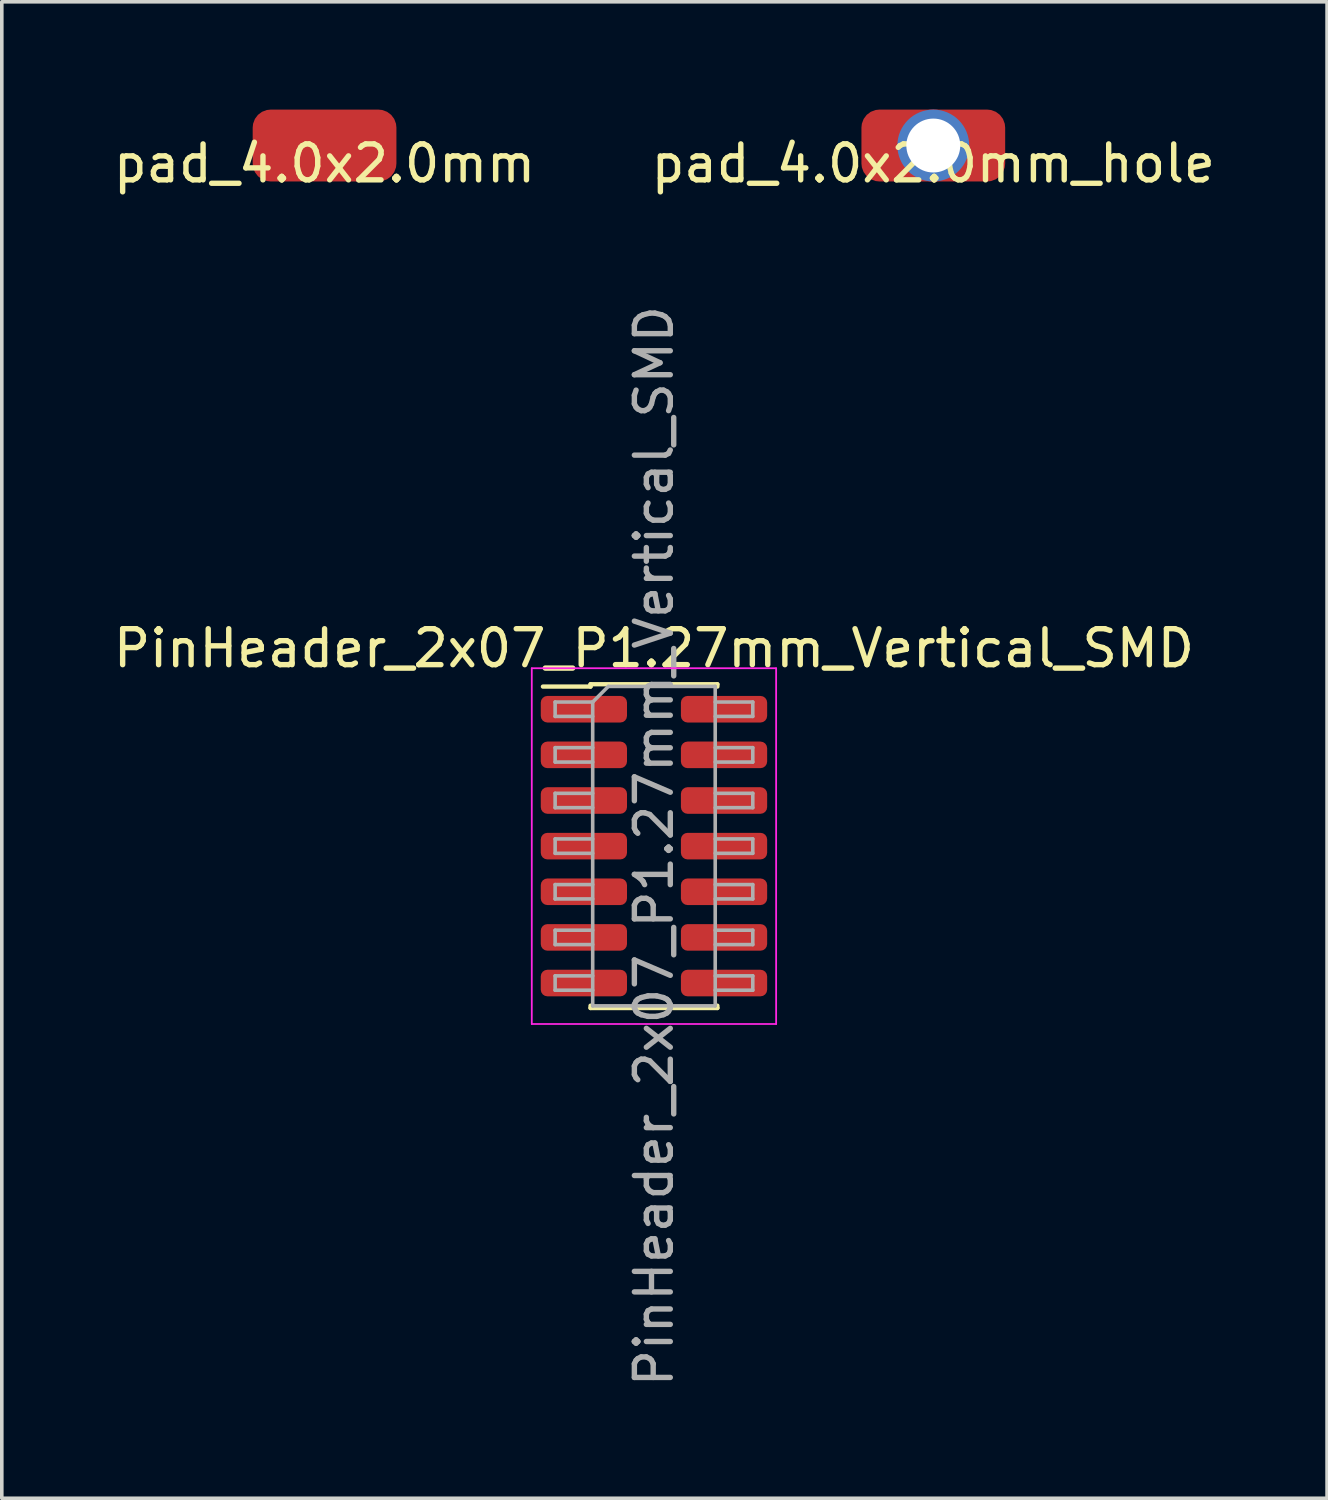
<source format=kicad_pcb>
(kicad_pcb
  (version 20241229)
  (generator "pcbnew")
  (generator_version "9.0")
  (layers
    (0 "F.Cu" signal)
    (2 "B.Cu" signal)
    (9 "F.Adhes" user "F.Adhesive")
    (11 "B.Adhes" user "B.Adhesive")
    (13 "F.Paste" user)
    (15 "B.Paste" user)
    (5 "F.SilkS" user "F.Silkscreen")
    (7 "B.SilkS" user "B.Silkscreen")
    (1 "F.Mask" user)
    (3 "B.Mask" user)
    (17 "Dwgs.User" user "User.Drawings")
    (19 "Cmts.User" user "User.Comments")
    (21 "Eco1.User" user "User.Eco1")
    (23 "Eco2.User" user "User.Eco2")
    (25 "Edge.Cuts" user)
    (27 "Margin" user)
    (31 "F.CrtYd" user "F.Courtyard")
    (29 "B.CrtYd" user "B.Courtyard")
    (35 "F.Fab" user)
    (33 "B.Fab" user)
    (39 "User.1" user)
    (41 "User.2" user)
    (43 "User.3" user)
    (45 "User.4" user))
  (footprint "pad_4.0x2.0mm_hole"
    (layer "F.Cu")
    (at 22.923 1)
    (property "Reference" "pad_4.0x2.0mm_hole" (at 0 0.5 0) (layer "F.SilkS") (effects (font (size 1 1) (thickness 0.15))))
    (attr exclude_from_pos_files exclude_from_bom)
    (pad "1" thru_hole circle (at 0 0) (size 2 2) (drill 1.5) (layers "*.Cu" "*.Mask"))
    (pad "1" smd roundrect (at 0 0) (size 4 2) (layers "F.Cu" "F.Mask") (roundrect_rratio 0.25)))
  (footprint "PinHeader_2x07_P1.27mm_Vertical_SMD"
    (layer "F.Cu")
    (at 15.149 20.497)
    (property "Reference" "PinHeader_2x07_P1.27mm_Vertical_SMD" (at 0 -5.505 0) (layer "F.SilkS") (effects (font (size 1 1) (thickness 0.15))))
    (attr smd)
    (fp_line (start -3.09 -4.44) (end -1.765 -4.44) (stroke (width 0.12) (type solid)) (layer "F.SilkS"))
    (fp_line (start -1.765 -4.505) (end -1.765 -4.44) (stroke (width 0.12) (type solid)) (layer "F.SilkS"))
    (fp_line (start -1.765 -4.505) (end 1.765 -4.505) (stroke (width 0.12) (type solid)) (layer "F.SilkS"))
    (fp_line (start -1.765 4.44) (end -1.765 4.505) (stroke (width 0.12) (type solid)) (layer "F.SilkS"))
    (fp_line (start -1.765 4.505) (end 1.765 4.505) (stroke (width 0.12) (type solid)) (layer "F.SilkS"))
    (fp_line (start 1.765 -4.505) (end 1.765 -4.44) (stroke (width 0.12) (type solid)) (layer "F.SilkS"))
    (fp_line (start 1.765 4.44) (end 1.765 4.505) (stroke (width 0.12) (type solid)) (layer "F.SilkS"))
    (fp_line (start -3.4 -4.95) (end -3.4 4.95) (stroke (width 0.05) (type solid)) (layer "F.CrtYd"))
    (fp_line (start -3.4 4.95) (end 3.4 4.95) (stroke (width 0.05) (type solid)) (layer "F.CrtYd"))
    (fp_line (start 3.4 -4.95) (end -3.4 -4.95) (stroke (width 0.05) (type solid)) (layer "F.CrtYd"))
    (fp_line (start 3.4 4.95) (end 3.4 -4.95) (stroke (width 0.05) (type solid)) (layer "F.CrtYd"))
    (fp_line (start -2.75 -4.01) (end -2.75 -3.61) (stroke (width 0.1) (type solid)) (layer "F.Fab"))
    (fp_line (start -2.75 -3.61) (end -1.705 -3.61) (stroke (width 0.1) (type solid)) (layer "F.Fab"))
    (fp_line (start -2.75 -2.74) (end -2.75 -2.34) (stroke (width 0.1) (type solid)) (layer "F.Fab"))
    (fp_line (start -2.75 -2.34) (end -1.705 -2.34) (stroke (width 0.1) (type solid)) (layer "F.Fab"))
    (fp_line (start -2.75 -1.47) (end -2.75 -1.07) (stroke (width 0.1) (type solid)) (layer "F.Fab"))
    (fp_line (start -2.75 -1.07) (end -1.705 -1.07) (stroke (width 0.1) (type solid)) (layer "F.Fab"))
    (fp_line (start -2.75 -0.2) (end -2.75 0.2) (stroke (width 0.1) (type solid)) (layer "F.Fab"))
    (fp_line (start -2.75 0.2) (end -1.705 0.2) (stroke (width 0.1) (type solid)) (layer "F.Fab"))
    (fp_line (start -2.75 1.07) (end -2.75 1.47) (stroke (width 0.1) (type solid)) (layer "F.Fab"))
    (fp_line (start -2.75 1.47) (end -1.705 1.47) (stroke (width 0.1) (type solid)) (layer "F.Fab"))
    (fp_line (start -2.75 2.34) (end -2.75 2.74) (stroke (width 0.1) (type solid)) (layer "F.Fab"))
    (fp_line (start -2.75 2.74) (end -1.705 2.74) (stroke (width 0.1) (type solid)) (layer "F.Fab"))
    (fp_line (start -2.75 3.61) (end -2.75 4.01) (stroke (width 0.1) (type solid)) (layer "F.Fab"))
    (fp_line (start -2.75 4.01) (end -1.705 4.01) (stroke (width 0.1) (type solid)) (layer "F.Fab"))
    (fp_line (start -1.705 -4.01) (end -2.75 -4.01) (stroke (width 0.1) (type solid)) (layer "F.Fab"))
    (fp_line (start -1.705 -4.01) (end -1.27 -4.445) (stroke (width 0.1) (type solid)) (layer "F.Fab"))
    (fp_line (start -1.705 -2.74) (end -2.75 -2.74) (stroke (width 0.1) (type solid)) (layer "F.Fab"))
    (fp_line (start -1.705 -1.47) (end -2.75 -1.47) (stroke (width 0.1) (type solid)) (layer "F.Fab"))
    (fp_line (start -1.705 -0.2) (end -2.75 -0.2) (stroke (width 0.1) (type solid)) (layer "F.Fab"))
    (fp_line (start -1.705 1.07) (end -2.75 1.07) (stroke (width 0.1) (type solid)) (layer "F.Fab"))
    (fp_line (start -1.705 2.34) (end -2.75 2.34) (stroke (width 0.1) (type solid)) (layer "F.Fab"))
    (fp_line (start -1.705 3.61) (end -2.75 3.61) (stroke (width 0.1) (type solid)) (layer "F.Fab"))
    (fp_line (start -1.705 4.445) (end -1.705 -4.01) (stroke (width 0.1) (type solid)) (layer "F.Fab"))
    (fp_line (start -1.27 -4.445) (end 1.705 -4.445) (stroke (width 0.1) (type solid)) (layer "F.Fab"))
    (fp_line (start 1.705 -4.445) (end 1.705 4.445) (stroke (width 0.1) (type solid)) (layer "F.Fab"))
    (fp_line (start 1.705 -4.01) (end 2.75 -4.01) (stroke (width 0.1) (type solid)) (layer "F.Fab"))
    (fp_line (start 1.705 -2.74) (end 2.75 -2.74) (stroke (width 0.1) (type solid)) (layer "F.Fab"))
    (fp_line (start 1.705 -1.47) (end 2.75 -1.47) (stroke (width 0.1) (type solid)) (layer "F.Fab"))
    (fp_line (start 1.705 -0.2) (end 2.75 -0.2) (stroke (width 0.1) (type solid)) (layer "F.Fab"))
    (fp_line (start 1.705 1.07) (end 2.75 1.07) (stroke (width 0.1) (type solid)) (layer "F.Fab"))
    (fp_line (start 1.705 2.34) (end 2.75 2.34) (stroke (width 0.1) (type solid)) (layer "F.Fab"))
    (fp_line (start 1.705 3.61) (end 2.75 3.61) (stroke (width 0.1) (type solid)) (layer "F.Fab"))
    (fp_line (start 1.705 4.445) (end -1.705 4.445) (stroke (width 0.1) (type solid)) (layer "F.Fab"))
    (fp_line (start 2.75 -4.01) (end 2.75 -3.61) (stroke (width 0.1) (type solid)) (layer "F.Fab"))
    (fp_line (start 2.75 -3.61) (end 1.705 -3.61) (stroke (width 0.1) (type solid)) (layer "F.Fab"))
    (fp_line (start 2.75 -2.74) (end 2.75 -2.34) (stroke (width 0.1) (type solid)) (layer "F.Fab"))
    (fp_line (start 2.75 -2.34) (end 1.705 -2.34) (stroke (width 0.1) (type solid)) (layer "F.Fab"))
    (fp_line (start 2.75 -1.47) (end 2.75 -1.07) (stroke (width 0.1) (type solid)) (layer "F.Fab"))
    (fp_line (start 2.75 -1.07) (end 1.705 -1.07) (stroke (width 0.1) (type solid)) (layer "F.Fab"))
    (fp_line (start 2.75 -0.2) (end 2.75 0.2) (stroke (width 0.1) (type solid)) (layer "F.Fab"))
    (fp_line (start 2.75 0.2) (end 1.705 0.2) (stroke (width 0.1) (type solid)) (layer "F.Fab"))
    (fp_line (start 2.75 1.07) (end 2.75 1.47) (stroke (width 0.1) (type solid)) (layer "F.Fab"))
    (fp_line (start 2.75 1.47) (end 1.705 1.47) (stroke (width 0.1) (type solid)) (layer "F.Fab"))
    (fp_line (start 2.75 2.34) (end 2.75 2.74) (stroke (width 0.1) (type solid)) (layer "F.Fab"))
    (fp_line (start 2.75 2.74) (end 1.705 2.74) (stroke (width 0.1) (type solid)) (layer "F.Fab"))
    (fp_line (start 2.75 3.61) (end 2.75 4.01) (stroke (width 0.1) (type solid)) (layer "F.Fab"))
    (fp_line (start 2.75 4.01) (end 1.705 4.01) (stroke (width 0.1) (type solid)) (layer "F.Fab"))
    (fp_text user "${REFERENCE}" (at 0 0 90) (layer "F.Fab") (effects (font (size 1 1) (thickness 0.15))))
    (pad "1" smd roundrect (at -1.95 -3.81) (size 2.4 0.74) (layers "F.Cu" "F.Mask" "F.Paste") (roundrect_rratio 0.25))
    (pad "2" smd roundrect (at 1.95 -3.81) (size 2.4 0.74) (layers "F.Cu" "F.Mask" "F.Paste") (roundrect_rratio 0.25))
    (pad "3" smd roundrect (at -1.95 -2.54) (size 2.4 0.74) (layers "F.Cu" "F.Mask" "F.Paste") (roundrect_rratio 0.25))
    (pad "4" smd roundrect (at 1.95 -2.54) (size 2.4 0.74) (layers "F.Cu" "F.Mask" "F.Paste") (roundrect_rratio 0.25))
    (pad "5" smd roundrect (at -1.95 -1.27) (size 2.4 0.74) (layers "F.Cu" "F.Mask" "F.Paste") (roundrect_rratio 0.25))
    (pad "6" smd roundrect (at 1.95 -1.27) (size 2.4 0.74) (layers "F.Cu" "F.Mask" "F.Paste") (roundrect_rratio 0.25))
    (pad "7" smd roundrect (at -1.95 0) (size 2.4 0.74) (layers "F.Cu" "F.Mask" "F.Paste") (roundrect_rratio 0.25))
    (pad "8" smd roundrect (at 1.95 0) (size 2.4 0.74) (layers "F.Cu" "F.Mask" "F.Paste") (roundrect_rratio 0.25))
    (pad "9" smd roundrect (at -1.95 1.27) (size 2.4 0.74) (layers "F.Cu" "F.Mask" "F.Paste") (roundrect_rratio 0.25))
    (pad "10" smd roundrect (at 1.95 1.27) (size 2.4 0.74) (layers "F.Cu" "F.Mask" "F.Paste") (roundrect_rratio 0.25))
    (pad "11" smd roundrect (at -1.95 2.54) (size 2.4 0.74) (layers "F.Cu" "F.Mask" "F.Paste") (roundrect_rratio 0.25))
    (pad "12" smd roundrect (at 1.95 2.54) (size 2.4 0.74) (layers "F.Cu" "F.Mask" "F.Paste") (roundrect_rratio 0.25))
    (pad "13" smd roundrect (at -1.95 3.81) (size 2.4 0.74) (layers "F.Cu" "F.Mask" "F.Paste") (roundrect_rratio 0.25))
    (pad "14" smd roundrect (at 1.95 3.81) (size 2.4 0.74) (layers "F.Cu" "F.Mask" "F.Paste") (roundrect_rratio 0.25)))
  (footprint "pad_4.0x2.0mm"
    (layer "F.Cu")
    (at 5.982 1)
    (property "Reference" "pad_4.0x2.0mm" (at 0 0.5 0) (layer "F.SilkS") (effects (font (size 1 1) (thickness 0.15))))
    (attr exclude_from_pos_files exclude_from_bom)
    (pad "1" smd roundrect (at 0 0) (size 4 2) (layers "F.Cu" "F.Mask") (roundrect_rratio 0.25)))
  (gr_rect
    (start -3 -3)
    (end 33.881 38.646)
    (stroke (width 0.1) (type default))
    (fill no)
    (layer "Edge.Cuts")))
</source>
